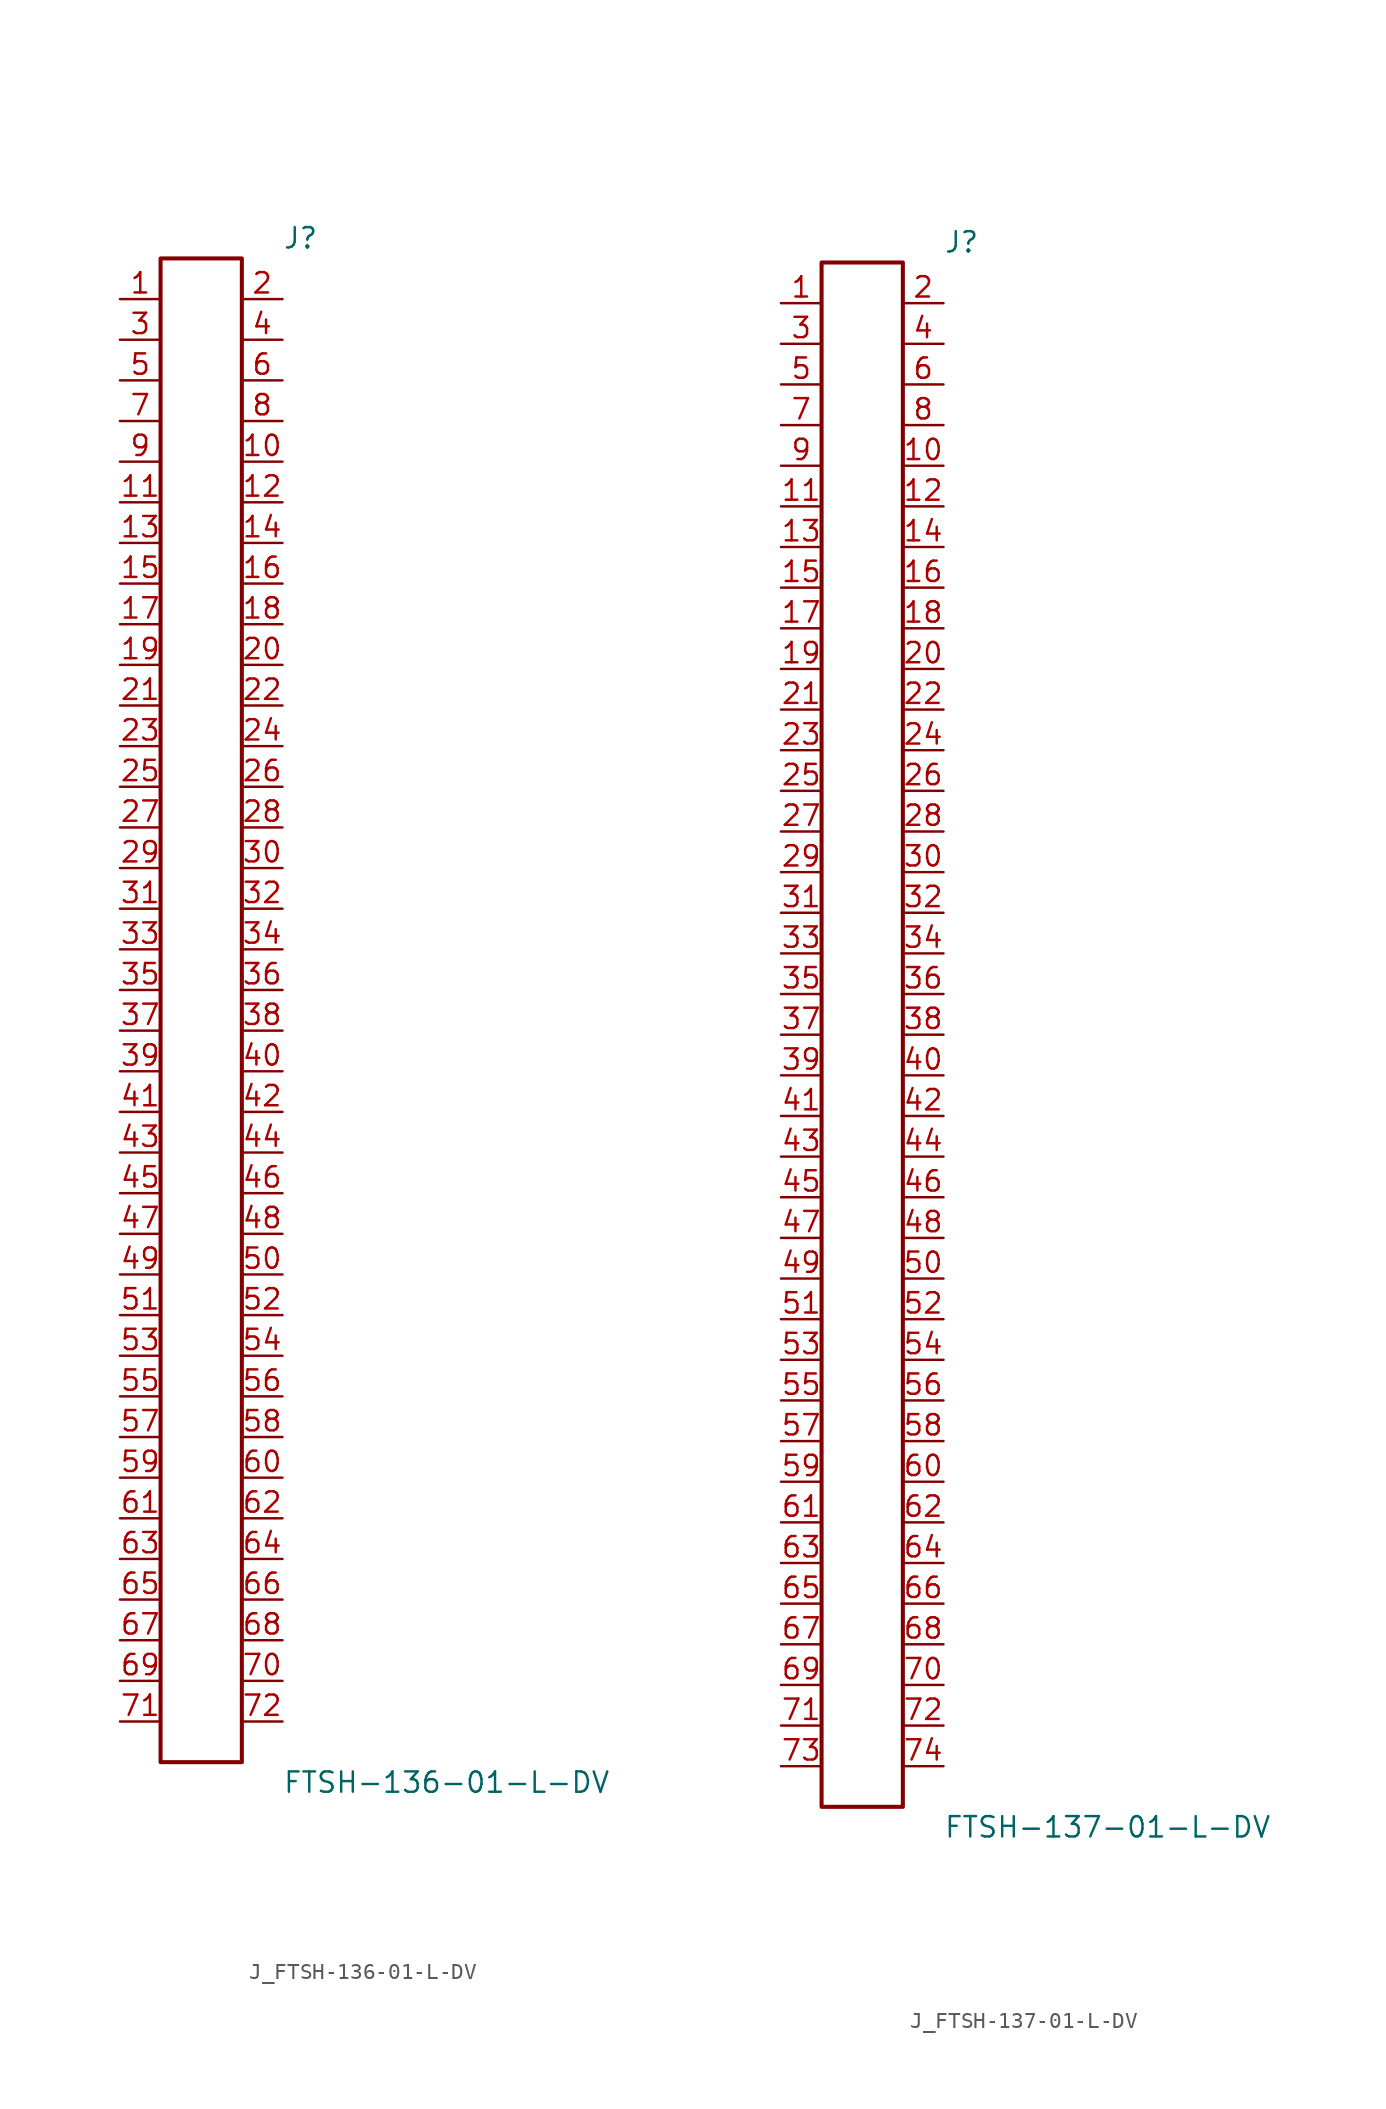
<source format=kicad_sym>
(kicad_symbol_lib
  (version 20231120)
  (generator kicad_symbol_editor)
  (generator_version 8.0)
  (symbol "J_FTSH-136-01-L-DV"
    (pin_names
      (offset 0.254))
    (property "Reference" "J"
      (at 5.08 48.26 0)
      (effects (font (size 1.27 1.27)) (justify left)))
    (property "Value" "FTSH-136-01-L-DV"
      (at 5.08 -48.26 0)
      (effects (font (size 1.27 1.27)) (justify left)))
    (symbol "J_FTSH-136-01-L-DV_0_0"
      (pin passive line (at -5.08 44.45 0) (length 2.54) (name "" (effects (font (size 1.27 1.27)))) (number "1" (effects (font (size 1.27 1.27)))))
      (pin passive line (at 5.08 44.45 180) (length 2.54) (name "" (effects (font (size 1.27 1.27)))) (number "2" (effects (font (size 1.27 1.27)))))
      (pin passive line (at -5.08 41.91 0) (length 2.54) (name "" (effects (font (size 1.27 1.27)))) (number "3" (effects (font (size 1.27 1.27)))))
      (pin passive line (at 5.08 41.91 180) (length 2.54) (name "" (effects (font (size 1.27 1.27)))) (number "4" (effects (font (size 1.27 1.27)))))
      (pin passive line (at -5.08 39.37 0) (length 2.54) (name "" (effects (font (size 1.27 1.27)))) (number "5" (effects (font (size 1.27 1.27)))))
      (pin passive line (at 5.08 39.37 180) (length 2.54) (name "" (effects (font (size 1.27 1.27)))) (number "6" (effects (font (size 1.27 1.27)))))
      (pin passive line (at -5.08 36.83 0) (length 2.54) (name "" (effects (font (size 1.27 1.27)))) (number "7" (effects (font (size 1.27 1.27)))))
      (pin passive line (at 5.08 36.83 180) (length 2.54) (name "" (effects (font (size 1.27 1.27)))) (number "8" (effects (font (size 1.27 1.27)))))
      (pin passive line (at -5.08 34.29 0) (length 2.54) (name "" (effects (font (size 1.27 1.27)))) (number "9" (effects (font (size 1.27 1.27)))))
      (pin passive line (at 5.08 34.29 180) (length 2.54) (name "" (effects (font (size 1.27 1.27)))) (number "10" (effects (font (size 1.27 1.27)))))
      (pin passive line (at -5.08 31.75 0) (length 2.54) (name "" (effects (font (size 1.27 1.27)))) (number "11" (effects (font (size 1.27 1.27)))))
      (pin passive line (at 5.08 31.75 180) (length 2.54) (name "" (effects (font (size 1.27 1.27)))) (number "12" (effects (font (size 1.27 1.27)))))
      (pin passive line (at -5.08 29.21 0) (length 2.54) (name "" (effects (font (size 1.27 1.27)))) (number "13" (effects (font (size 1.27 1.27)))))
      (pin passive line (at 5.08 29.21 180) (length 2.54) (name "" (effects (font (size 1.27 1.27)))) (number "14" (effects (font (size 1.27 1.27)))))
      (pin passive line (at -5.08 26.67 0) (length 2.54) (name "" (effects (font (size 1.27 1.27)))) (number "15" (effects (font (size 1.27 1.27)))))
      (pin passive line (at 5.08 26.67 180) (length 2.54) (name "" (effects (font (size 1.27 1.27)))) (number "16" (effects (font (size 1.27 1.27)))))
      (pin passive line (at -5.08 24.13 0) (length 2.54) (name "" (effects (font (size 1.27 1.27)))) (number "17" (effects (font (size 1.27 1.27)))))
      (pin passive line (at 5.08 24.13 180) (length 2.54) (name "" (effects (font (size 1.27 1.27)))) (number "18" (effects (font (size 1.27 1.27)))))
      (pin passive line (at -5.08 21.59 0) (length 2.54) (name "" (effects (font (size 1.27 1.27)))) (number "19" (effects (font (size 1.27 1.27)))))
      (pin passive line (at 5.08 21.59 180) (length 2.54) (name "" (effects (font (size 1.27 1.27)))) (number "20" (effects (font (size 1.27 1.27)))))
      (pin passive line (at -5.08 19.05 0) (length 2.54) (name "" (effects (font (size 1.27 1.27)))) (number "21" (effects (font (size 1.27 1.27)))))
      (pin passive line (at 5.08 19.05 180) (length 2.54) (name "" (effects (font (size 1.27 1.27)))) (number "22" (effects (font (size 1.27 1.27)))))
      (pin passive line (at -5.08 16.51 0) (length 2.54) (name "" (effects (font (size 1.27 1.27)))) (number "23" (effects (font (size 1.27 1.27)))))
      (pin passive line (at 5.08 16.51 180) (length 2.54) (name "" (effects (font (size 1.27 1.27)))) (number "24" (effects (font (size 1.27 1.27)))))
      (pin passive line (at -5.08 13.97 0) (length 2.54) (name "" (effects (font (size 1.27 1.27)))) (number "25" (effects (font (size 1.27 1.27)))))
      (pin passive line (at 5.08 13.97 180) (length 2.54) (name "" (effects (font (size 1.27 1.27)))) (number "26" (effects (font (size 1.27 1.27)))))
      (pin passive line (at -5.08 11.43 0) (length 2.54) (name "" (effects (font (size 1.27 1.27)))) (number "27" (effects (font (size 1.27 1.27)))))
      (pin passive line (at 5.08 11.43 180) (length 2.54) (name "" (effects (font (size 1.27 1.27)))) (number "28" (effects (font (size 1.27 1.27)))))
      (pin passive line (at -5.08 8.89 0) (length 2.54) (name "" (effects (font (size 1.27 1.27)))) (number "29" (effects (font (size 1.27 1.27)))))
      (pin passive line (at 5.08 8.89 180) (length 2.54) (name "" (effects (font (size 1.27 1.27)))) (number "30" (effects (font (size 1.27 1.27)))))
      (pin passive line (at -5.08 6.35 0) (length 2.54) (name "" (effects (font (size 1.27 1.27)))) (number "31" (effects (font (size 1.27 1.27)))))
      (pin passive line (at 5.08 6.35 180) (length 2.54) (name "" (effects (font (size 1.27 1.27)))) (number "32" (effects (font (size 1.27 1.27)))))
      (pin passive line (at -5.08 3.81 0) (length 2.54) (name "" (effects (font (size 1.27 1.27)))) (number "33" (effects (font (size 1.27 1.27)))))
      (pin passive line (at 5.08 3.81 180) (length 2.54) (name "" (effects (font (size 1.27 1.27)))) (number "34" (effects (font (size 1.27 1.27)))))
      (pin passive line (at -5.08 1.27 0) (length 2.54) (name "" (effects (font (size 1.27 1.27)))) (number "35" (effects (font (size 1.27 1.27)))))
      (pin passive line (at 5.08 1.27 180) (length 2.54) (name "" (effects (font (size 1.27 1.27)))) (number "36" (effects (font (size 1.27 1.27)))))
      (pin passive line (at -5.08 -1.27 0) (length 2.54) (name "" (effects (font (size 1.27 1.27)))) (number "37" (effects (font (size 1.27 1.27)))))
      (pin passive line (at 5.08 -1.27 180) (length 2.54) (name "" (effects (font (size 1.27 1.27)))) (number "38" (effects (font (size 1.27 1.27)))))
      (pin passive line (at -5.08 -3.81 0) (length 2.54) (name "" (effects (font (size 1.27 1.27)))) (number "39" (effects (font (size 1.27 1.27)))))
      (pin passive line (at 5.08 -3.81 180) (length 2.54) (name "" (effects (font (size 1.27 1.27)))) (number "40" (effects (font (size 1.27 1.27)))))
      (pin passive line (at -5.08 -6.35 0) (length 2.54) (name "" (effects (font (size 1.27 1.27)))) (number "41" (effects (font (size 1.27 1.27)))))
      (pin passive line (at 5.08 -6.35 180) (length 2.54) (name "" (effects (font (size 1.27 1.27)))) (number "42" (effects (font (size 1.27 1.27)))))
      (pin passive line (at -5.08 -8.89 0) (length 2.54) (name "" (effects (font (size 1.27 1.27)))) (number "43" (effects (font (size 1.27 1.27)))))
      (pin passive line (at 5.08 -8.89 180) (length 2.54) (name "" (effects (font (size 1.27 1.27)))) (number "44" (effects (font (size 1.27 1.27)))))
      (pin passive line (at -5.08 -11.43 0) (length 2.54) (name "" (effects (font (size 1.27 1.27)))) (number "45" (effects (font (size 1.27 1.27)))))
      (pin passive line (at 5.08 -11.43 180) (length 2.54) (name "" (effects (font (size 1.27 1.27)))) (number "46" (effects (font (size 1.27 1.27)))))
      (pin passive line (at -5.08 -13.97 0) (length 2.54) (name "" (effects (font (size 1.27 1.27)))) (number "47" (effects (font (size 1.27 1.27)))))
      (pin passive line (at 5.08 -13.97 180) (length 2.54) (name "" (effects (font (size 1.27 1.27)))) (number "48" (effects (font (size 1.27 1.27)))))
      (pin passive line (at -5.08 -16.51 0) (length 2.54) (name "" (effects (font (size 1.27 1.27)))) (number "49" (effects (font (size 1.27 1.27)))))
      (pin passive line (at 5.08 -16.51 180) (length 2.54) (name "" (effects (font (size 1.27 1.27)))) (number "50" (effects (font (size 1.27 1.27)))))
      (pin passive line (at -5.08 -19.05 0) (length 2.54) (name "" (effects (font (size 1.27 1.27)))) (number "51" (effects (font (size 1.27 1.27)))))
      (pin passive line (at 5.08 -19.05 180) (length 2.54) (name "" (effects (font (size 1.27 1.27)))) (number "52" (effects (font (size 1.27 1.27)))))
      (pin passive line (at -5.08 -21.59 0) (length 2.54) (name "" (effects (font (size 1.27 1.27)))) (number "53" (effects (font (size 1.27 1.27)))))
      (pin passive line (at 5.08 -21.59 180) (length 2.54) (name "" (effects (font (size 1.27 1.27)))) (number "54" (effects (font (size 1.27 1.27)))))
      (pin passive line (at -5.08 -24.13 0) (length 2.54) (name "" (effects (font (size 1.27 1.27)))) (number "55" (effects (font (size 1.27 1.27)))))
      (pin passive line (at 5.08 -24.13 180) (length 2.54) (name "" (effects (font (size 1.27 1.27)))) (number "56" (effects (font (size 1.27 1.27)))))
      (pin passive line (at -5.08 -26.67 0) (length 2.54) (name "" (effects (font (size 1.27 1.27)))) (number "57" (effects (font (size 1.27 1.27)))))
      (pin passive line (at 5.08 -26.67 180) (length 2.54) (name "" (effects (font (size 1.27 1.27)))) (number "58" (effects (font (size 1.27 1.27)))))
      (pin passive line (at -5.08 -29.21 0) (length 2.54) (name "" (effects (font (size 1.27 1.27)))) (number "59" (effects (font (size 1.27 1.27)))))
      (pin passive line (at 5.08 -29.21 180) (length 2.54) (name "" (effects (font (size 1.27 1.27)))) (number "60" (effects (font (size 1.27 1.27)))))
      (pin passive line (at -5.08 -31.75 0) (length 2.54) (name "" (effects (font (size 1.27 1.27)))) (number "61" (effects (font (size 1.27 1.27)))))
      (pin passive line (at 5.08 -31.75 180) (length 2.54) (name "" (effects (font (size 1.27 1.27)))) (number "62" (effects (font (size 1.27 1.27)))))
      (pin passive line (at -5.08 -34.29 0) (length 2.54) (name "" (effects (font (size 1.27 1.27)))) (number "63" (effects (font (size 1.27 1.27)))))
      (pin passive line (at 5.08 -34.29 180) (length 2.54) (name "" (effects (font (size 1.27 1.27)))) (number "64" (effects (font (size 1.27 1.27)))))
      (pin passive line (at -5.08 -36.83 0) (length 2.54) (name "" (effects (font (size 1.27 1.27)))) (number "65" (effects (font (size 1.27 1.27)))))
      (pin passive line (at 5.08 -36.83 180) (length 2.54) (name "" (effects (font (size 1.27 1.27)))) (number "66" (effects (font (size 1.27 1.27)))))
      (pin passive line (at -5.08 -39.37 0) (length 2.54) (name "" (effects (font (size 1.27 1.27)))) (number "67" (effects (font (size 1.27 1.27)))))
      (pin passive line (at 5.08 -39.37 180) (length 2.54) (name "" (effects (font (size 1.27 1.27)))) (number "68" (effects (font (size 1.27 1.27)))))
      (pin passive line (at -5.08 -41.91 0) (length 2.54) (name "" (effects (font (size 1.27 1.27)))) (number "69" (effects (font (size 1.27 1.27)))))
      (pin passive line (at 5.08 -41.91 180) (length 2.54) (name "" (effects (font (size 1.27 1.27)))) (number "70" (effects (font (size 1.27 1.27)))))
      (pin passive line (at -5.08 -44.45 0) (length 2.54) (name "" (effects (font (size 1.27 1.27)))) (number "71" (effects (font (size 1.27 1.27)))))
      (pin passive line (at 5.08 -44.45 180) (length 2.54) (name "" (effects (font (size 1.27 1.27)))) (number "72" (effects (font (size 1.27 1.27))))))
    (symbol "J_FTSH-136-01-L-DV_1_0"
      (rectangle (start -2.54 46.99) (end 2.54 -46.99) (stroke (width 0.254) (type solid)) (fill (type none)))))
  (symbol "J_FTSH-137-01-L-DV"
    (pin_names
      (offset 0.254))
    (property "Reference" "J"
      (at 5.08 49.53 0)
      (effects (font (size 1.27 1.27)) (justify left)))
    (property "Value" "FTSH-137-01-L-DV"
      (at 5.08 -49.53 0)
      (effects (font (size 1.27 1.27)) (justify left)))
    (symbol "J_FTSH-137-01-L-DV_0_0"
      (pin passive line (at -5.08 45.72 0) (length 2.54) (name "" (effects (font (size 1.27 1.27)))) (number "1" (effects (font (size 1.27 1.27)))))
      (pin passive line (at 5.08 45.72 180) (length 2.54) (name "" (effects (font (size 1.27 1.27)))) (number "2" (effects (font (size 1.27 1.27)))))
      (pin passive line (at -5.08 43.18 0) (length 2.54) (name "" (effects (font (size 1.27 1.27)))) (number "3" (effects (font (size 1.27 1.27)))))
      (pin passive line (at 5.08 43.18 180) (length 2.54) (name "" (effects (font (size 1.27 1.27)))) (number "4" (effects (font (size 1.27 1.27)))))
      (pin passive line (at -5.08 40.64 0) (length 2.54) (name "" (effects (font (size 1.27 1.27)))) (number "5" (effects (font (size 1.27 1.27)))))
      (pin passive line (at 5.08 40.64 180) (length 2.54) (name "" (effects (font (size 1.27 1.27)))) (number "6" (effects (font (size 1.27 1.27)))))
      (pin passive line (at -5.08 38.1 0) (length 2.54) (name "" (effects (font (size 1.27 1.27)))) (number "7" (effects (font (size 1.27 1.27)))))
      (pin passive line (at 5.08 38.1 180) (length 2.54) (name "" (effects (font (size 1.27 1.27)))) (number "8" (effects (font (size 1.27 1.27)))))
      (pin passive line (at -5.08 35.56 0) (length 2.54) (name "" (effects (font (size 1.27 1.27)))) (number "9" (effects (font (size 1.27 1.27)))))
      (pin passive line (at 5.08 35.56 180) (length 2.54) (name "" (effects (font (size 1.27 1.27)))) (number "10" (effects (font (size 1.27 1.27)))))
      (pin passive line (at -5.08 33.02 0) (length 2.54) (name "" (effects (font (size 1.27 1.27)))) (number "11" (effects (font (size 1.27 1.27)))))
      (pin passive line (at 5.08 33.02 180) (length 2.54) (name "" (effects (font (size 1.27 1.27)))) (number "12" (effects (font (size 1.27 1.27)))))
      (pin passive line (at -5.08 30.48 0) (length 2.54) (name "" (effects (font (size 1.27 1.27)))) (number "13" (effects (font (size 1.27 1.27)))))
      (pin passive line (at 5.08 30.48 180) (length 2.54) (name "" (effects (font (size 1.27 1.27)))) (number "14" (effects (font (size 1.27 1.27)))))
      (pin passive line (at -5.08 27.94 0) (length 2.54) (name "" (effects (font (size 1.27 1.27)))) (number "15" (effects (font (size 1.27 1.27)))))
      (pin passive line (at 5.08 27.94 180) (length 2.54) (name "" (effects (font (size 1.27 1.27)))) (number "16" (effects (font (size 1.27 1.27)))))
      (pin passive line (at -5.08 25.4 0) (length 2.54) (name "" (effects (font (size 1.27 1.27)))) (number "17" (effects (font (size 1.27 1.27)))))
      (pin passive line (at 5.08 25.4 180) (length 2.54) (name "" (effects (font (size 1.27 1.27)))) (number "18" (effects (font (size 1.27 1.27)))))
      (pin passive line (at -5.08 22.86 0) (length 2.54) (name "" (effects (font (size 1.27 1.27)))) (number "19" (effects (font (size 1.27 1.27)))))
      (pin passive line (at 5.08 22.86 180) (length 2.54) (name "" (effects (font (size 1.27 1.27)))) (number "20" (effects (font (size 1.27 1.27)))))
      (pin passive line (at -5.08 20.32 0) (length 2.54) (name "" (effects (font (size 1.27 1.27)))) (number "21" (effects (font (size 1.27 1.27)))))
      (pin passive line (at 5.08 20.32 180) (length 2.54) (name "" (effects (font (size 1.27 1.27)))) (number "22" (effects (font (size 1.27 1.27)))))
      (pin passive line (at -5.08 17.78 0) (length 2.54) (name "" (effects (font (size 1.27 1.27)))) (number "23" (effects (font (size 1.27 1.27)))))
      (pin passive line (at 5.08 17.78 180) (length 2.54) (name "" (effects (font (size 1.27 1.27)))) (number "24" (effects (font (size 1.27 1.27)))))
      (pin passive line (at -5.08 15.24 0) (length 2.54) (name "" (effects (font (size 1.27 1.27)))) (number "25" (effects (font (size 1.27 1.27)))))
      (pin passive line (at 5.08 15.24 180) (length 2.54) (name "" (effects (font (size 1.27 1.27)))) (number "26" (effects (font (size 1.27 1.27)))))
      (pin passive line (at -5.08 12.7 0) (length 2.54) (name "" (effects (font (size 1.27 1.27)))) (number "27" (effects (font (size 1.27 1.27)))))
      (pin passive line (at 5.08 12.7 180) (length 2.54) (name "" (effects (font (size 1.27 1.27)))) (number "28" (effects (font (size 1.27 1.27)))))
      (pin passive line (at -5.08 10.16 0) (length 2.54) (name "" (effects (font (size 1.27 1.27)))) (number "29" (effects (font (size 1.27 1.27)))))
      (pin passive line (at 5.08 10.16 180) (length 2.54) (name "" (effects (font (size 1.27 1.27)))) (number "30" (effects (font (size 1.27 1.27)))))
      (pin passive line (at -5.08 7.62 0) (length 2.54) (name "" (effects (font (size 1.27 1.27)))) (number "31" (effects (font (size 1.27 1.27)))))
      (pin passive line (at 5.08 7.62 180) (length 2.54) (name "" (effects (font (size 1.27 1.27)))) (number "32" (effects (font (size 1.27 1.27)))))
      (pin passive line (at -5.08 5.08 0) (length 2.54) (name "" (effects (font (size 1.27 1.27)))) (number "33" (effects (font (size 1.27 1.27)))))
      (pin passive line (at 5.08 5.08 180) (length 2.54) (name "" (effects (font (size 1.27 1.27)))) (number "34" (effects (font (size 1.27 1.27)))))
      (pin passive line (at -5.08 2.54 0) (length 2.54) (name "" (effects (font (size 1.27 1.27)))) (number "35" (effects (font (size 1.27 1.27)))))
      (pin passive line (at 5.08 2.54 180) (length 2.54) (name "" (effects (font (size 1.27 1.27)))) (number "36" (effects (font (size 1.27 1.27)))))
      (pin passive line (at -5.08 0.0 0) (length 2.54) (name "" (effects (font (size 1.27 1.27)))) (number "37" (effects (font (size 1.27 1.27)))))
      (pin passive line (at 5.08 0.0 180) (length 2.54) (name "" (effects (font (size 1.27 1.27)))) (number "38" (effects (font (size 1.27 1.27)))))
      (pin passive line (at -5.08 -2.54 0) (length 2.54) (name "" (effects (font (size 1.27 1.27)))) (number "39" (effects (font (size 1.27 1.27)))))
      (pin passive line (at 5.08 -2.54 180) (length 2.54) (name "" (effects (font (size 1.27 1.27)))) (number "40" (effects (font (size 1.27 1.27)))))
      (pin passive line (at -5.08 -5.08 0) (length 2.54) (name "" (effects (font (size 1.27 1.27)))) (number "41" (effects (font (size 1.27 1.27)))))
      (pin passive line (at 5.08 -5.08 180) (length 2.54) (name "" (effects (font (size 1.27 1.27)))) (number "42" (effects (font (size 1.27 1.27)))))
      (pin passive line (at -5.08 -7.62 0) (length 2.54) (name "" (effects (font (size 1.27 1.27)))) (number "43" (effects (font (size 1.27 1.27)))))
      (pin passive line (at 5.08 -7.62 180) (length 2.54) (name "" (effects (font (size 1.27 1.27)))) (number "44" (effects (font (size 1.27 1.27)))))
      (pin passive line (at -5.08 -10.16 0) (length 2.54) (name "" (effects (font (size 1.27 1.27)))) (number "45" (effects (font (size 1.27 1.27)))))
      (pin passive line (at 5.08 -10.16 180) (length 2.54) (name "" (effects (font (size 1.27 1.27)))) (number "46" (effects (font (size 1.27 1.27)))))
      (pin passive line (at -5.08 -12.7 0) (length 2.54) (name "" (effects (font (size 1.27 1.27)))) (number "47" (effects (font (size 1.27 1.27)))))
      (pin passive line (at 5.08 -12.7 180) (length 2.54) (name "" (effects (font (size 1.27 1.27)))) (number "48" (effects (font (size 1.27 1.27)))))
      (pin passive line (at -5.08 -15.24 0) (length 2.54) (name "" (effects (font (size 1.27 1.27)))) (number "49" (effects (font (size 1.27 1.27)))))
      (pin passive line (at 5.08 -15.24 180) (length 2.54) (name "" (effects (font (size 1.27 1.27)))) (number "50" (effects (font (size 1.27 1.27)))))
      (pin passive line (at -5.08 -17.78 0) (length 2.54) (name "" (effects (font (size 1.27 1.27)))) (number "51" (effects (font (size 1.27 1.27)))))
      (pin passive line (at 5.08 -17.78 180) (length 2.54) (name "" (effects (font (size 1.27 1.27)))) (number "52" (effects (font (size 1.27 1.27)))))
      (pin passive line (at -5.08 -20.32 0) (length 2.54) (name "" (effects (font (size 1.27 1.27)))) (number "53" (effects (font (size 1.27 1.27)))))
      (pin passive line (at 5.08 -20.32 180) (length 2.54) (name "" (effects (font (size 1.27 1.27)))) (number "54" (effects (font (size 1.27 1.27)))))
      (pin passive line (at -5.08 -22.86 0) (length 2.54) (name "" (effects (font (size 1.27 1.27)))) (number "55" (effects (font (size 1.27 1.27)))))
      (pin passive line (at 5.08 -22.86 180) (length 2.54) (name "" (effects (font (size 1.27 1.27)))) (number "56" (effects (font (size 1.27 1.27)))))
      (pin passive line (at -5.08 -25.4 0) (length 2.54) (name "" (effects (font (size 1.27 1.27)))) (number "57" (effects (font (size 1.27 1.27)))))
      (pin passive line (at 5.08 -25.4 180) (length 2.54) (name "" (effects (font (size 1.27 1.27)))) (number "58" (effects (font (size 1.27 1.27)))))
      (pin passive line (at -5.08 -27.94 0) (length 2.54) (name "" (effects (font (size 1.27 1.27)))) (number "59" (effects (font (size 1.27 1.27)))))
      (pin passive line (at 5.08 -27.94 180) (length 2.54) (name "" (effects (font (size 1.27 1.27)))) (number "60" (effects (font (size 1.27 1.27)))))
      (pin passive line (at -5.08 -30.48 0) (length 2.54) (name "" (effects (font (size 1.27 1.27)))) (number "61" (effects (font (size 1.27 1.27)))))
      (pin passive line (at 5.08 -30.48 180) (length 2.54) (name "" (effects (font (size 1.27 1.27)))) (number "62" (effects (font (size 1.27 1.27)))))
      (pin passive line (at -5.08 -33.02 0) (length 2.54) (name "" (effects (font (size 1.27 1.27)))) (number "63" (effects (font (size 1.27 1.27)))))
      (pin passive line (at 5.08 -33.02 180) (length 2.54) (name "" (effects (font (size 1.27 1.27)))) (number "64" (effects (font (size 1.27 1.27)))))
      (pin passive line (at -5.08 -35.56 0) (length 2.54) (name "" (effects (font (size 1.27 1.27)))) (number "65" (effects (font (size 1.27 1.27)))))
      (pin passive line (at 5.08 -35.56 180) (length 2.54) (name "" (effects (font (size 1.27 1.27)))) (number "66" (effects (font (size 1.27 1.27)))))
      (pin passive line (at -5.08 -38.1 0) (length 2.54) (name "" (effects (font (size 1.27 1.27)))) (number "67" (effects (font (size 1.27 1.27)))))
      (pin passive line (at 5.08 -38.1 180) (length 2.54) (name "" (effects (font (size 1.27 1.27)))) (number "68" (effects (font (size 1.27 1.27)))))
      (pin passive line (at -5.08 -40.64 0) (length 2.54) (name "" (effects (font (size 1.27 1.27)))) (number "69" (effects (font (size 1.27 1.27)))))
      (pin passive line (at 5.08 -40.64 180) (length 2.54) (name "" (effects (font (size 1.27 1.27)))) (number "70" (effects (font (size 1.27 1.27)))))
      (pin passive line (at -5.08 -43.18 0) (length 2.54) (name "" (effects (font (size 1.27 1.27)))) (number "71" (effects (font (size 1.27 1.27)))))
      (pin passive line (at 5.08 -43.18 180) (length 2.54) (name "" (effects (font (size 1.27 1.27)))) (number "72" (effects (font (size 1.27 1.27)))))
      (pin passive line (at -5.08 -45.72 0) (length 2.54) (name "" (effects (font (size 1.27 1.27)))) (number "73" (effects (font (size 1.27 1.27)))))
      (pin passive line (at 5.08 -45.72 180) (length 2.54) (name "" (effects (font (size 1.27 1.27)))) (number "74" (effects (font (size 1.27 1.27))))))
    (symbol "J_FTSH-137-01-L-DV_1_0"
      (rectangle (start -2.54 48.26) (end 2.54 -48.26) (stroke (width 0.254) (type solid)) (fill (type none))))))
</source>
